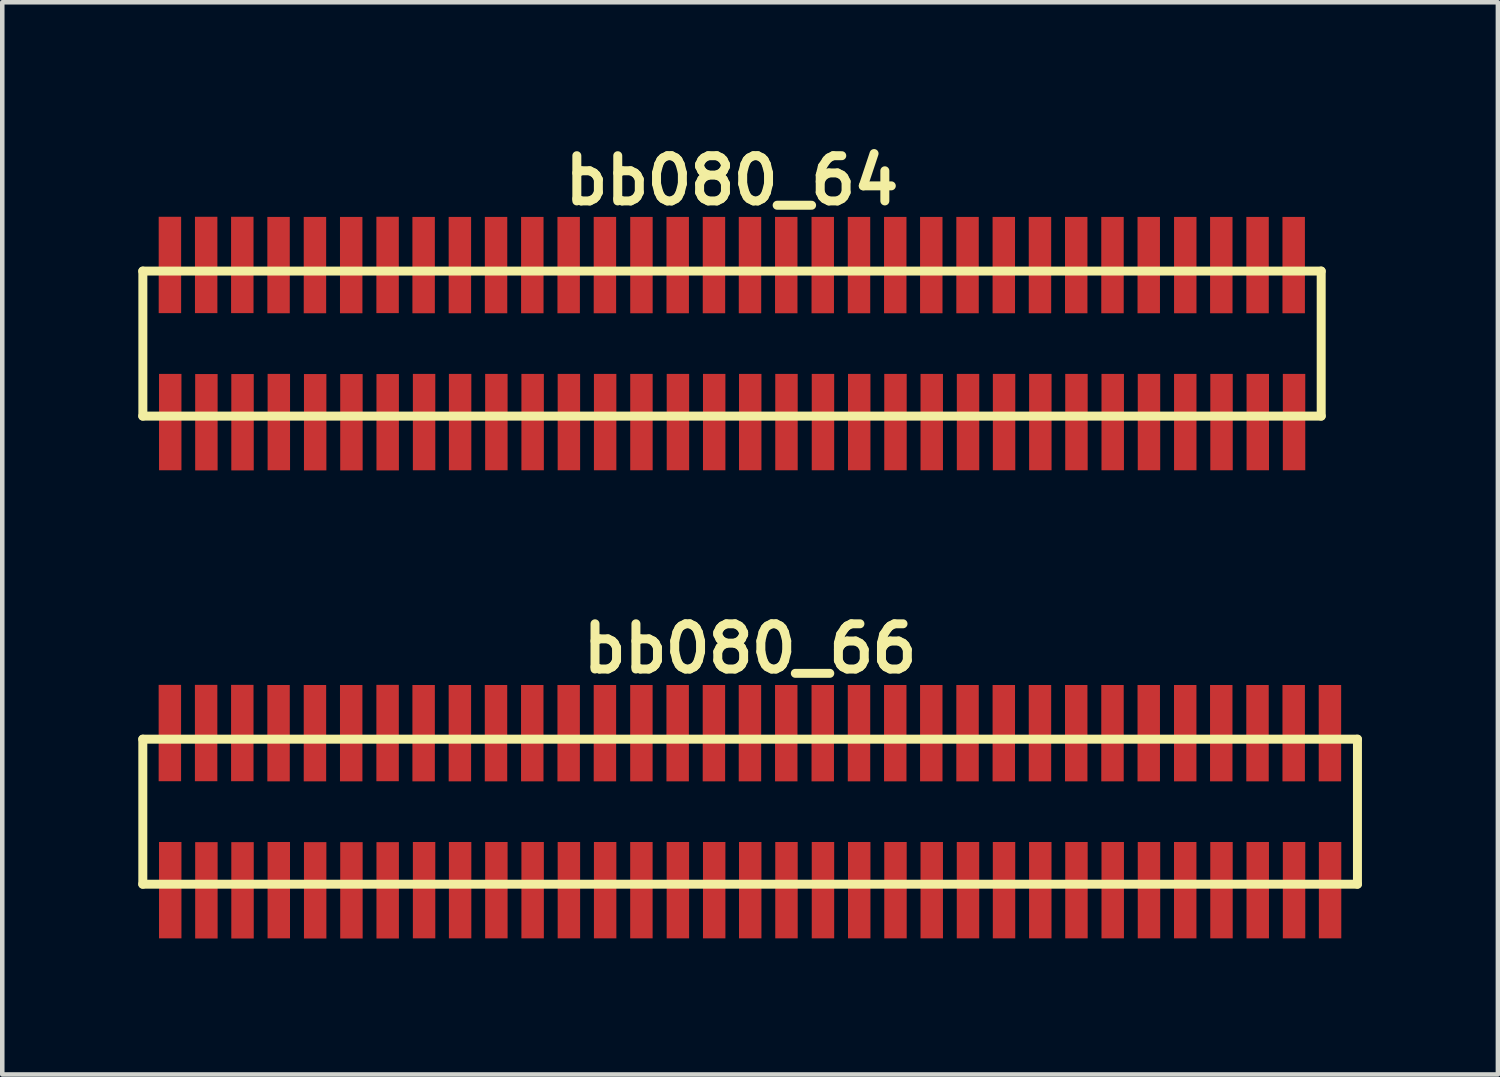
<source format=kicad_pcb>
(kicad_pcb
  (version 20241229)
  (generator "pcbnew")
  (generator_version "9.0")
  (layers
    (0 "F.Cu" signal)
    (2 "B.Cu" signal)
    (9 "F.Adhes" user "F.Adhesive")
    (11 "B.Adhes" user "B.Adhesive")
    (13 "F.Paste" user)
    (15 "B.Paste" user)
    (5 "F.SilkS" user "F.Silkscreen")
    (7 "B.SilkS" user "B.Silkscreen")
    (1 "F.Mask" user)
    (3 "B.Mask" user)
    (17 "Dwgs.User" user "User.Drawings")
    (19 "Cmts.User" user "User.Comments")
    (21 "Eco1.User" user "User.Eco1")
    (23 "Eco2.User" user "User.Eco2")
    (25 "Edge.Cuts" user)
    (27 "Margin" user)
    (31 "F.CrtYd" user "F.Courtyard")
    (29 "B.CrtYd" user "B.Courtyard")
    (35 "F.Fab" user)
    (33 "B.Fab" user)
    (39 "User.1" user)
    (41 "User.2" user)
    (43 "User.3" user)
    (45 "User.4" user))
  (footprint "bb080_64"
    (layer "F.Cu")
    (at 13.099 4.531)
    (property "Reference" "bb080_64" (at 0 -3.599 0) (layer "F.SilkS") (effects (font (size 0.998 0.998) (thickness 0.198))))
    (attr through_hole)
    (fp_line (start -13 1.6) (end 13.002 1.6) (stroke (width 0.198) (type solid)) (layer "F.SilkS"))
    (fp_line (start -12.997 -1.6) (end -12.997 1.6) (stroke (width 0.198) (type solid)) (layer "F.SilkS"))
    (fp_line (start 13.002 -1.6) (end -13 -1.6) (stroke (width 0.198) (type solid)) (layer "F.SilkS"))
    (fp_line (start 13.002 1.6) (end 13.002 -1.6) (stroke (width 0.198) (type solid)) (layer "F.SilkS"))
    (pad "1" smd rect (at -12.393 1.732) (size 0.495 2.126) (layers "F.Cu" "F.Mask" "F.Paste"))
    (pad "2" smd rect (at -12.4 -1.735) (size 0.495 2.126) (layers "F.Cu" "F.Mask" "F.Paste"))
    (pad "3" smd rect (at -11.595 1.735) (size 0.495 2.126) (layers "F.Cu" "F.Mask" "F.Paste"))
    (pad "4" smd rect (at -11.6 -1.735) (size 0.495 2.126) (layers "F.Cu" "F.Mask" "F.Paste"))
    (pad "5" smd rect (at -10.798 1.735) (size 0.495 2.126) (layers "F.Cu" "F.Mask" "F.Paste"))
    (pad "6" smd rect (at -10.803 -1.735) (size 0.495 2.126) (layers "F.Cu" "F.Mask" "F.Paste"))
    (pad "7" smd rect (at -9.997 1.732) (size 0.495 2.126) (layers "F.Cu" "F.Mask" "F.Paste"))
    (pad "8" smd rect (at -10.003 -1.732) (size 0.495 2.126) (layers "F.Cu" "F.Mask" "F.Paste"))
    (pad "9" smd rect (at -9.195 1.735) (size 0.495 2.126) (layers "F.Cu" "F.Mask" "F.Paste"))
    (pad "10" smd rect (at -9.2 -1.732) (size 0.495 2.126) (layers "F.Cu" "F.Mask" "F.Paste"))
    (pad "11" smd rect (at -8.395 1.735) (size 0.495 2.126) (layers "F.Cu" "F.Mask" "F.Paste"))
    (pad "12" smd rect (at -8.4 -1.732) (size 0.495 2.126) (layers "F.Cu" "F.Mask" "F.Paste"))
    (pad "13" smd rect (at -7.595 1.735) (size 0.495 2.126) (layers "F.Cu" "F.Mask" "F.Paste"))
    (pad "14" smd rect (at -7.597 -1.735) (size 0.495 2.126) (layers "F.Cu" "F.Mask" "F.Paste"))
    (pad "15" smd rect (at -6.792 1.732) (size 0.495 2.126) (layers "F.Cu" "F.Mask" "F.Paste"))
    (pad "16" smd rect (at -6.802 -1.732) (size 0.495 2.126) (layers "F.Cu" "F.Mask" "F.Paste"))
    (pad "17" smd rect (at -5.997 1.732) (size 0.495 2.126) (layers "F.Cu" "F.Mask" "F.Paste"))
    (pad "18" smd rect (at -6.002 -1.732) (size 0.495 2.126) (layers "F.Cu" "F.Mask" "F.Paste"))
    (pad "19" smd rect (at -5.197 1.732) (size 0.495 2.126) (layers "F.Cu" "F.Mask" "F.Paste"))
    (pad "20" smd rect (at -5.204 -1.732) (size 0.495 2.126) (layers "F.Cu" "F.Mask" "F.Paste"))
    (pad "21" smd rect (at -4.397 1.732) (size 0.495 2.126) (layers "F.Cu" "F.Mask" "F.Paste"))
    (pad "22" smd rect (at -4.404 -1.732) (size 0.495 2.126) (layers "F.Cu" "F.Mask" "F.Paste"))
    (pad "23" smd rect (at -3.597 1.732) (size 0.495 2.126) (layers "F.Cu" "F.Mask" "F.Paste"))
    (pad "24" smd rect (at -3.602 -1.732) (size 0.495 2.126) (layers "F.Cu" "F.Mask" "F.Paste"))
    (pad "25" smd rect (at -2.797 1.732) (size 0.495 2.126) (layers "F.Cu" "F.Mask" "F.Paste"))
    (pad "26" smd rect (at -2.802 -1.732) (size 0.495 2.126) (layers "F.Cu" "F.Mask" "F.Paste"))
    (pad "27" smd rect (at -1.996 1.732) (size 0.495 2.126) (layers "F.Cu" "F.Mask" "F.Paste"))
    (pad "28" smd rect (at -1.996 -1.732) (size 0.495 2.126) (layers "F.Cu" "F.Mask" "F.Paste"))
    (pad "29" smd rect (at -1.191 1.732) (size 0.495 2.126) (layers "F.Cu" "F.Mask" "F.Paste"))
    (pad "30" smd rect (at -1.196 -1.732) (size 0.495 2.126) (layers "F.Cu" "F.Mask" "F.Paste"))
    (pad "31" smd rect (at -0.391 1.732) (size 0.495 2.126) (layers "F.Cu" "F.Mask" "F.Paste"))
    (pad "32" smd rect (at -0.396 -1.732) (size 0.495 2.126) (layers "F.Cu" "F.Mask" "F.Paste"))
    (pad "33" smd rect (at 0.404 1.732) (size 0.495 2.126) (layers "F.Cu" "F.Mask" "F.Paste"))
    (pad "34" smd rect (at 0.399 -1.732) (size 0.495 2.126) (layers "F.Cu" "F.Mask" "F.Paste"))
    (pad "35" smd rect (at 1.204 1.732) (size 0.495 2.126) (layers "F.Cu" "F.Mask" "F.Paste"))
    (pad "36" smd rect (at 1.199 -1.732) (size 0.495 2.126) (layers "F.Cu" "F.Mask" "F.Paste"))
    (pad "37" smd rect (at 2.009 1.732) (size 0.495 2.126) (layers "F.Cu" "F.Mask" "F.Paste"))
    (pad "38" smd rect (at 2.004 -1.732) (size 0.495 2.126) (layers "F.Cu" "F.Mask" "F.Paste"))
    (pad "39" smd rect (at 2.809 1.732) (size 0.495 2.126) (layers "F.Cu" "F.Mask" "F.Paste"))
    (pad "40" smd rect (at 2.804 -1.732) (size 0.495 2.126) (layers "F.Cu" "F.Mask" "F.Paste"))
    (pad "41" smd rect (at 3.609 1.732) (size 0.495 2.126) (layers "F.Cu" "F.Mask" "F.Paste"))
    (pad "42" smd rect (at 3.604 -1.732) (size 0.495 2.126) (layers "F.Cu" "F.Mask" "F.Paste"))
    (pad "43" smd rect (at 4.409 1.732) (size 0.495 2.126) (layers "F.Cu" "F.Mask" "F.Paste"))
    (pad "44" smd rect (at 4.399 -1.732) (size 0.495 2.126) (layers "F.Cu" "F.Mask" "F.Paste"))
    (pad "45" smd rect (at 5.21 1.732) (size 0.495 2.126) (layers "F.Cu" "F.Mask" "F.Paste"))
    (pad "46" smd rect (at 5.199 -1.732) (size 0.495 2.126) (layers "F.Cu" "F.Mask" "F.Paste"))
    (pad "47" smd rect (at 6.005 1.732) (size 0.495 2.126) (layers "F.Cu" "F.Mask" "F.Paste"))
    (pad "48" smd rect (at 5.999 -1.732) (size 0.495 2.126) (layers "F.Cu" "F.Mask" "F.Paste"))
    (pad "49" smd rect (at 6.805 1.732) (size 0.495 2.126) (layers "F.Cu" "F.Mask" "F.Paste"))
    (pad "50" smd rect (at 6.797 -1.732) (size 0.495 2.126) (layers "F.Cu" "F.Mask" "F.Paste"))
    (pad "51" smd rect (at 7.602 1.732) (size 0.495 2.126) (layers "F.Cu" "F.Mask" "F.Paste"))
    (pad "52" smd rect (at 7.597 -1.732) (size 0.495 2.126) (layers "F.Cu" "F.Mask" "F.Paste"))
    (pad "53" smd rect (at 8.402 1.732) (size 0.495 2.126) (layers "F.Cu" "F.Mask" "F.Paste"))
    (pad "54" smd rect (at 8.397 -1.732) (size 0.495 2.126) (layers "F.Cu" "F.Mask" "F.Paste"))
    (pad "55" smd rect (at 9.202 1.732) (size 0.495 2.126) (layers "F.Cu" "F.Mask" "F.Paste"))
    (pad "56" smd rect (at 9.197 -1.732) (size 0.495 2.126) (layers "F.Cu" "F.Mask" "F.Paste"))
    (pad "57" smd rect (at 10.003 1.732) (size 0.495 2.126) (layers "F.Cu" "F.Mask" "F.Paste"))
    (pad "58" smd rect (at 10.003 -1.732) (size 0.495 2.126) (layers "F.Cu" "F.Mask" "F.Paste"))
    (pad "59" smd rect (at 10.803 1.732) (size 0.495 2.126) (layers "F.Cu" "F.Mask" "F.Paste"))
    (pad "60" smd rect (at 10.798 -1.732) (size 0.495 2.126) (layers "F.Cu" "F.Mask" "F.Paste"))
    (pad "61" smd rect (at 11.603 1.732) (size 0.495 2.126) (layers "F.Cu" "F.Mask" "F.Paste"))
    (pad "62" smd rect (at 11.598 -1.732) (size 0.495 2.126) (layers "F.Cu" "F.Mask" "F.Paste"))
    (pad "63" smd rect (at 12.403 1.732) (size 0.495 2.126) (layers "F.Cu" "F.Mask" "F.Paste"))
    (pad "64" smd rect (at 12.395 -1.732) (size 0.495 2.126) (layers "F.Cu" "F.Mask" "F.Paste")))
  (footprint "bb080_66"
    (layer "F.Cu")
    (at 13.5 14.859)
    (property "Reference" "bb080_66" (at 0 -3.599 0) (layer "F.SilkS") (effects (font (size 0.998 0.998) (thickness 0.198))))
    (attr through_hole)
    (fp_line (start -13.401 1.6) (end 13.401 1.6) (stroke (width 0.198) (type solid)) (layer "F.SilkS"))
    (fp_line (start -13.399 -1.6) (end -13.399 1.6) (stroke (width 0.198) (type solid)) (layer "F.SilkS"))
    (fp_line (start 13.401 -1.6) (end -13.401 -1.6) (stroke (width 0.198) (type solid)) (layer "F.SilkS"))
    (fp_line (start 13.401 1.6) (end 13.401 -1.6) (stroke (width 0.198) (type solid)) (layer "F.SilkS"))
    (pad "1" smd rect (at -12.794 1.732) (size 0.495 2.126) (layers "F.Cu" "F.Mask" "F.Paste"))
    (pad "2" smd rect (at -12.802 -1.735) (size 0.495 2.126) (layers "F.Cu" "F.Mask" "F.Paste"))
    (pad "3" smd rect (at -11.996 1.735) (size 0.495 2.126) (layers "F.Cu" "F.Mask" "F.Paste"))
    (pad "4" smd rect (at -12.002 -1.735) (size 0.495 2.126) (layers "F.Cu" "F.Mask" "F.Paste"))
    (pad "5" smd rect (at -11.199 1.735) (size 0.495 2.126) (layers "F.Cu" "F.Mask" "F.Paste"))
    (pad "6" smd rect (at -11.204 -1.735) (size 0.495 2.126) (layers "F.Cu" "F.Mask" "F.Paste"))
    (pad "7" smd rect (at -10.399 1.732) (size 0.495 2.126) (layers "F.Cu" "F.Mask" "F.Paste"))
    (pad "8" smd rect (at -10.404 -1.732) (size 0.495 2.126) (layers "F.Cu" "F.Mask" "F.Paste"))
    (pad "9" smd rect (at -9.596 1.735) (size 0.495 2.126) (layers "F.Cu" "F.Mask" "F.Paste"))
    (pad "10" smd rect (at -9.601 -1.732) (size 0.495 2.126) (layers "F.Cu" "F.Mask" "F.Paste"))
    (pad "11" smd rect (at -8.796 1.735) (size 0.495 2.126) (layers "F.Cu" "F.Mask" "F.Paste"))
    (pad "12" smd rect (at -8.801 -1.732) (size 0.495 2.126) (layers "F.Cu" "F.Mask" "F.Paste"))
    (pad "13" smd rect (at -7.996 1.735) (size 0.495 2.126) (layers "F.Cu" "F.Mask" "F.Paste"))
    (pad "14" smd rect (at -7.998 -1.735) (size 0.495 2.126) (layers "F.Cu" "F.Mask" "F.Paste"))
    (pad "15" smd rect (at -7.193 1.732) (size 0.495 2.126) (layers "F.Cu" "F.Mask" "F.Paste"))
    (pad "16" smd rect (at -7.203 -1.732) (size 0.495 2.126) (layers "F.Cu" "F.Mask" "F.Paste"))
    (pad "17" smd rect (at -6.398 1.732) (size 0.495 2.126) (layers "F.Cu" "F.Mask" "F.Paste"))
    (pad "18" smd rect (at -6.403 -1.732) (size 0.495 2.126) (layers "F.Cu" "F.Mask" "F.Paste"))
    (pad "19" smd rect (at -5.598 1.732) (size 0.495 2.126) (layers "F.Cu" "F.Mask" "F.Paste"))
    (pad "20" smd rect (at -5.606 -1.732) (size 0.495 2.126) (layers "F.Cu" "F.Mask" "F.Paste"))
    (pad "21" smd rect (at -4.798 1.732) (size 0.495 2.126) (layers "F.Cu" "F.Mask" "F.Paste"))
    (pad "22" smd rect (at -4.806 -1.732) (size 0.495 2.126) (layers "F.Cu" "F.Mask" "F.Paste"))
    (pad "23" smd rect (at -3.998 1.732) (size 0.495 2.126) (layers "F.Cu" "F.Mask" "F.Paste"))
    (pad "24" smd rect (at -4.003 -1.732) (size 0.495 2.126) (layers "F.Cu" "F.Mask" "F.Paste"))
    (pad "25" smd rect (at -3.198 1.732) (size 0.495 2.126) (layers "F.Cu" "F.Mask" "F.Paste"))
    (pad "26" smd rect (at -3.203 -1.732) (size 0.495 2.126) (layers "F.Cu" "F.Mask" "F.Paste"))
    (pad "27" smd rect (at -2.398 1.732) (size 0.495 2.126) (layers "F.Cu" "F.Mask" "F.Paste"))
    (pad "28" smd rect (at -2.398 -1.732) (size 0.495 2.126) (layers "F.Cu" "F.Mask" "F.Paste"))
    (pad "29" smd rect (at -1.593 1.732) (size 0.495 2.126) (layers "F.Cu" "F.Mask" "F.Paste"))
    (pad "30" smd rect (at -1.598 -1.732) (size 0.495 2.126) (layers "F.Cu" "F.Mask" "F.Paste"))
    (pad "31" smd rect (at -0.792 1.732) (size 0.495 2.126) (layers "F.Cu" "F.Mask" "F.Paste"))
    (pad "32" smd rect (at -0.798 -1.732) (size 0.495 2.126) (layers "F.Cu" "F.Mask" "F.Paste"))
    (pad "33" smd rect (at 0.003 1.732) (size 0.495 2.126) (layers "F.Cu" "F.Mask" "F.Paste"))
    (pad "34" smd rect (at -0.003 -1.732) (size 0.495 2.126) (layers "F.Cu" "F.Mask" "F.Paste"))
    (pad "35" smd rect (at 0.803 1.732) (size 0.495 2.126) (layers "F.Cu" "F.Mask" "F.Paste"))
    (pad "36" smd rect (at 0.798 -1.732) (size 0.495 2.126) (layers "F.Cu" "F.Mask" "F.Paste"))
    (pad "37" smd rect (at 1.608 1.732) (size 0.495 2.126) (layers "F.Cu" "F.Mask" "F.Paste"))
    (pad "38" smd rect (at 1.603 -1.732) (size 0.495 2.126) (layers "F.Cu" "F.Mask" "F.Paste"))
    (pad "39" smd rect (at 2.408 1.732) (size 0.495 2.126) (layers "F.Cu" "F.Mask" "F.Paste"))
    (pad "40" smd rect (at 2.403 -1.732) (size 0.495 2.126) (layers "F.Cu" "F.Mask" "F.Paste"))
    (pad "41" smd rect (at 3.208 1.732) (size 0.495 2.126) (layers "F.Cu" "F.Mask" "F.Paste"))
    (pad "42" smd rect (at 3.203 -1.732) (size 0.495 2.126) (layers "F.Cu" "F.Mask" "F.Paste"))
    (pad "43" smd rect (at 4.008 1.732) (size 0.495 2.126) (layers "F.Cu" "F.Mask" "F.Paste"))
    (pad "44" smd rect (at 3.998 -1.732) (size 0.495 2.126) (layers "F.Cu" "F.Mask" "F.Paste"))
    (pad "45" smd rect (at 4.808 1.732) (size 0.495 2.126) (layers "F.Cu" "F.Mask" "F.Paste"))
    (pad "46" smd rect (at 4.798 -1.732) (size 0.495 2.126) (layers "F.Cu" "F.Mask" "F.Paste"))
    (pad "47" smd rect (at 5.603 1.732) (size 0.495 2.126) (layers "F.Cu" "F.Mask" "F.Paste"))
    (pad "48" smd rect (at 5.598 -1.732) (size 0.495 2.126) (layers "F.Cu" "F.Mask" "F.Paste"))
    (pad "49" smd rect (at 6.403 1.732) (size 0.495 2.126) (layers "F.Cu" "F.Mask" "F.Paste"))
    (pad "50" smd rect (at 6.396 -1.732) (size 0.495 2.126) (layers "F.Cu" "F.Mask" "F.Paste"))
    (pad "51" smd rect (at 7.201 1.732) (size 0.495 2.126) (layers "F.Cu" "F.Mask" "F.Paste"))
    (pad "52" smd rect (at 7.196 -1.732) (size 0.495 2.126) (layers "F.Cu" "F.Mask" "F.Paste"))
    (pad "53" smd rect (at 8.001 1.732) (size 0.495 2.126) (layers "F.Cu" "F.Mask" "F.Paste"))
    (pad "54" smd rect (at 7.996 -1.732) (size 0.495 2.126) (layers "F.Cu" "F.Mask" "F.Paste"))
    (pad "55" smd rect (at 8.801 1.732) (size 0.495 2.126) (layers "F.Cu" "F.Mask" "F.Paste"))
    (pad "56" smd rect (at 8.796 -1.732) (size 0.495 2.126) (layers "F.Cu" "F.Mask" "F.Paste"))
    (pad "57" smd rect (at 9.601 1.732) (size 0.495 2.126) (layers "F.Cu" "F.Mask" "F.Paste"))
    (pad "58" smd rect (at 9.601 -1.732) (size 0.495 2.126) (layers "F.Cu" "F.Mask" "F.Paste"))
    (pad "59" smd rect (at 10.401 1.732) (size 0.495 2.126) (layers "F.Cu" "F.Mask" "F.Paste"))
    (pad "60" smd rect (at 10.396 -1.732) (size 0.495 2.126) (layers "F.Cu" "F.Mask" "F.Paste"))
    (pad "61" smd rect (at 11.201 1.732) (size 0.495 2.126) (layers "F.Cu" "F.Mask" "F.Paste"))
    (pad "62" smd rect (at 11.196 -1.732) (size 0.495 2.126) (layers "F.Cu" "F.Mask" "F.Paste"))
    (pad "63" smd rect (at 12.002 1.732) (size 0.495 2.126) (layers "F.Cu" "F.Mask" "F.Paste"))
    (pad "64" smd rect (at 11.994 -1.732) (size 0.495 2.126) (layers "F.Cu" "F.Mask" "F.Paste"))
    (pad "65" smd rect (at 12.797 1.732) (size 0.495 2.126) (layers "F.Cu" "F.Mask" "F.Paste"))
    (pad "66" smd rect (at 12.794 -1.732) (size 0.495 2.126) (layers "F.Cu" "F.Mask" "F.Paste")))
  (gr_rect
    (start -3 -3)
    (end 30 20.657)
    (stroke (width 0.1) (type default))
    (fill no)
    (layer "Edge.Cuts")))
</source>
